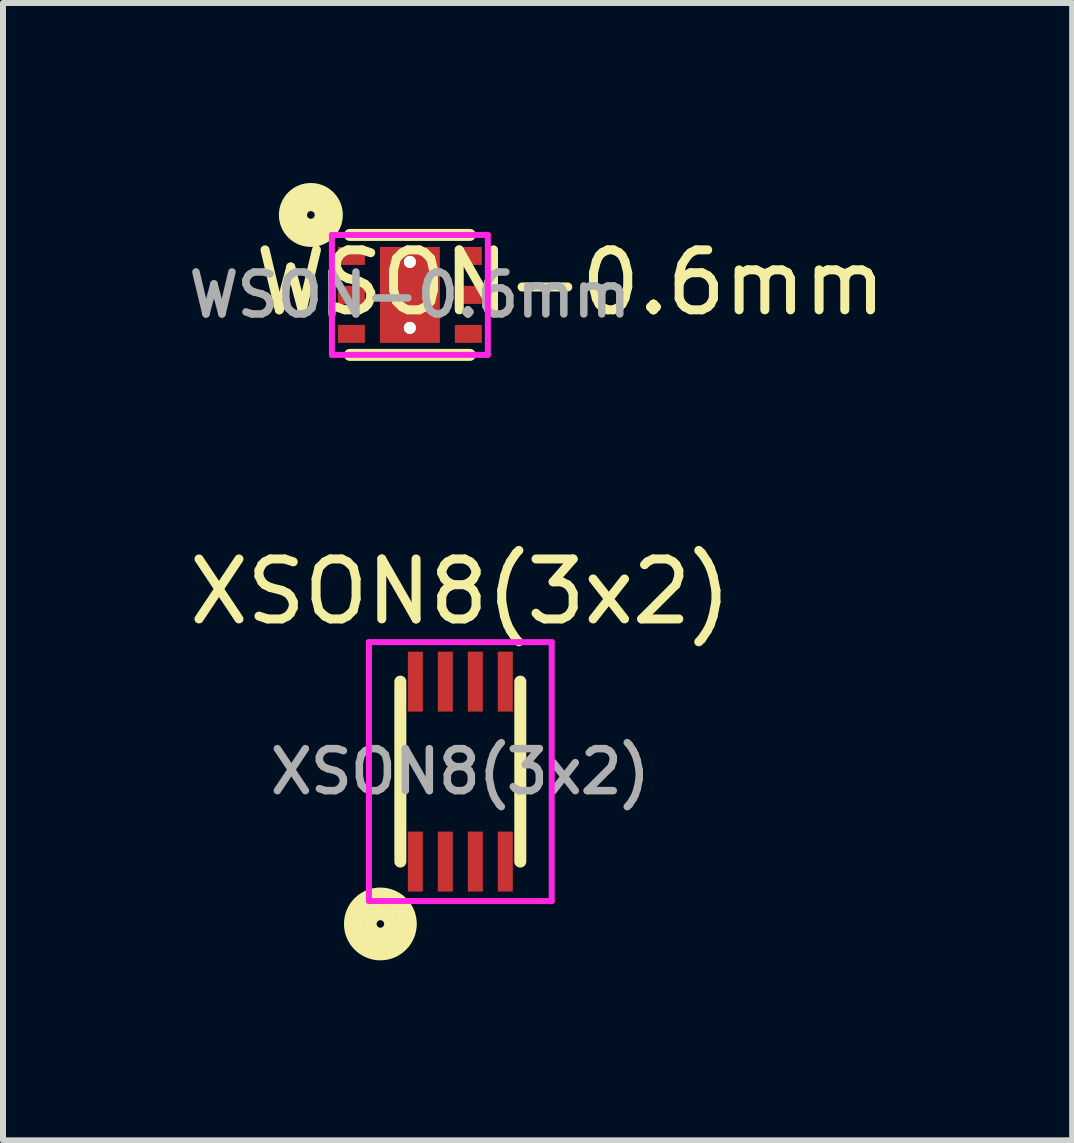
<source format=kicad_pcb>
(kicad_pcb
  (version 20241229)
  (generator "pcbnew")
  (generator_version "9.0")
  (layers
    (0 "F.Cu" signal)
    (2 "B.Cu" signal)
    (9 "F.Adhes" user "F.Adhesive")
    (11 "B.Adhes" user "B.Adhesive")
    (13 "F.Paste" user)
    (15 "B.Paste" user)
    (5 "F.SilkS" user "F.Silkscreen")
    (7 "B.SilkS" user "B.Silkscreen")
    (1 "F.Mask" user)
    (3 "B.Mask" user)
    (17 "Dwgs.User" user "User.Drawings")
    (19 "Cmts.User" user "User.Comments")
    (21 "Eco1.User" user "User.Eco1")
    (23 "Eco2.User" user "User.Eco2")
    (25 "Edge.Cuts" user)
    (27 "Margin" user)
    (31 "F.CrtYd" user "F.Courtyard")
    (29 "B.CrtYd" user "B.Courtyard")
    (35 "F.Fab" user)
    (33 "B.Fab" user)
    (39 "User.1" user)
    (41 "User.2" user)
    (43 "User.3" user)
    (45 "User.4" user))
  (footprint "XSON8(3x2)"
    (layer "F.Cu")
    (at 4.625 9.815)
    (property "Reference" "XSON8(3x2)" (at 0 -3 0) (layer "F.SilkS") (effects (font (size 1 1) (thickness 0.15))))
    (attr through_hole)
    (fp_line (start -1 1.5) (end -1 -1.5) (stroke (width 0.2) (type solid)) (layer "F.SilkS"))
    (fp_line (start 1 -1.5) (end 1 1.5) (stroke (width 0.2) (type solid)) (layer "F.SilkS"))
    (fp_circle (center -1.333 2.54) (end -1.27 2.54) (stroke (width 0.2) (type solid)) (fill no) (layer "F.SilkS"))
    (fp_circle (center -1.333 2.54) (end -1.143 2.54) (stroke (width 0.2) (type solid)) (fill no) (layer "F.SilkS"))
    (fp_circle (center -1.333 2.54) (end -0.953 2.54) (stroke (width 0.2) (type solid)) (fill no) (layer "F.SilkS"))
    (fp_circle (center -1.333 2.54) (end -0.826 2.54) (stroke (width 0.2) (type solid)) (fill no) (layer "F.SilkS"))
    (fp_line (start -1.524 -2.159) (end -1.524 2.159) (stroke (width 0.1) (type solid)) (layer "F.CrtYd"))
    (fp_line (start -1.524 2.159) (end 1.524 2.159) (stroke (width 0.1) (type solid)) (layer "F.CrtYd"))
    (fp_line (start 1.524 -2.159) (end -1.524 -2.159) (stroke (width 0.1) (type solid)) (layer "F.CrtYd"))
    (fp_line (start 1.524 2.159) (end 1.524 -2.159) (stroke (width 0.1) (type solid)) (layer "F.CrtYd"))
    (fp_text user "${REFERENCE}" (at 0 0 0) (layer "F.Fab") (effects (font (size 0.7 0.7) (thickness 0.125))))
    (pad "1" smd rect (at -0.75 1.5) (size 0.25 1) (layers "F.Cu" "F.Mask" "F.Paste"))
    (pad "2" smd rect (at -0.25 1.5) (size 0.25 1) (layers "F.Cu" "F.Mask" "F.Paste"))
    (pad "3" smd rect (at 0.25 1.5) (size 0.25 1) (layers "F.Cu" "F.Mask" "F.Paste"))
    (pad "4" smd rect (at 0.75 1.5) (size 0.25 1) (layers "F.Cu" "F.Mask" "F.Paste"))
    (pad "5" smd rect (at 0.75 -1.5) (size 0.25 1) (layers "F.Cu" "F.Mask" "F.Paste"))
    (pad "6" smd rect (at 0.25 -1.5) (size 0.25 1) (layers "F.Cu" "F.Mask" "F.Paste"))
    (pad "7" smd rect (at -0.25 -1.5) (size 0.25 1) (layers "F.Cu" "F.Mask" "F.Paste"))
    (pad "8" smd rect (at -0.75 -1.5) (size 0.25 1) (layers "F.Cu" "F.Mask" "F.Paste")))
  (footprint "WSON-0.6mm"
    (layer "F.Cu")
    (at 3.784 1.867)
    (property "Reference" "WSON-0.6mm" (at 2.68 -0.206 0) (layer "F.SilkS") (effects (font (size 1 1) (thickness 0.15))))
    (attr through_hole)
    (fp_line (start -1 1) (end 1 1) (stroke (width 0.2) (type solid)) (layer "F.SilkS"))
    (fp_line (start 1 -1) (end -1 -1) (stroke (width 0.2) (type solid)) (layer "F.SilkS"))
    (fp_circle (center -1.651 -1.333) (end -1.587 -1.333) (stroke (width 0.2) (type solid)) (fill no) (layer "F.SilkS"))
    (fp_circle (center -1.651 -1.333) (end -1.46 -1.397) (stroke (width 0.2) (type solid)) (fill no) (layer "F.SilkS"))
    (fp_circle (center -1.651 -1.333) (end -1.397 -1.333) (stroke (width 0.2) (type solid)) (fill no) (layer "F.SilkS"))
    (fp_circle (center -1.651 -1.333) (end -1.27 -1.46) (stroke (width 0.2) (type solid)) (fill no) (layer "F.SilkS"))
    (fp_circle (center -1.651 -1.333) (end -1.143 -1.333) (stroke (width 0.05) (type solid)) (fill no) (layer "F.SilkS"))
    (fp_line (start -1.3 -1) (end -1.3 1) (stroke (width 0.1) (type solid)) (layer "F.CrtYd"))
    (fp_line (start -1.3 1) (end 1.3 1) (stroke (width 0.1) (type solid)) (layer "F.CrtYd"))
    (fp_line (start 1.3 -1) (end -1.3 -1) (stroke (width 0.1) (type solid)) (layer "F.CrtYd"))
    (fp_line (start 1.3 1) (end 1.3 -1) (stroke (width 0.1) (type solid)) (layer "F.CrtYd"))
    (fp_text user "${REFERENCE}" (at 0 0 0) (layer "F.Fab") (effects (font (size 0.7 0.7) (thickness 0.125))))
    (pad "1" smd rect (at -0.975 -0.65) (size 0.45 0.3) (layers "F.Cu" "F.Mask" "F.Paste"))
    (pad "2" smd rect (at -0.975 0) (size 0.45 0.3) (layers "F.Cu" "F.Mask" "F.Paste"))
    (pad "3" smd rect (at -0.975 0.65) (size 0.45 0.3) (layers "F.Cu" "F.Mask" "F.Paste"))
    (pad "3" thru_hole circle (at 0 -0.55) (size 0.2 0.2) (drill 0.2) (layers "*.Cu" "*.Mask" "F.SilkS"))
    (pad "3" smd rect (at 0 0) (size 1 1.6) (layers "F.Cu" "F.Mask" "F.Paste"))
    (pad "3" thru_hole circle (at 0 0.55) (size 0.2 0.2) (drill 0.2) (layers "*.Cu" "*.Mask" "F.SilkS"))
    (pad "4" smd rect (at 0.975 0.65) (size 0.45 0.3) (layers "F.Cu" "F.Mask" "F.Paste"))
    (pad "5" smd rect (at 0.975 0) (size 0.45 0.3) (layers "F.Cu" "F.Mask" "F.Paste"))
    (pad "6" smd rect (at 0.975 -0.65) (size 0.45 0.3) (layers "F.Cu" "F.Mask" "F.Paste")))
  (gr_rect
    (start -3 -3)
    (end 14.827 15.963)
    (stroke (width 0.1) (type default))
    (fill no)
    (layer "Edge.Cuts")))
</source>
